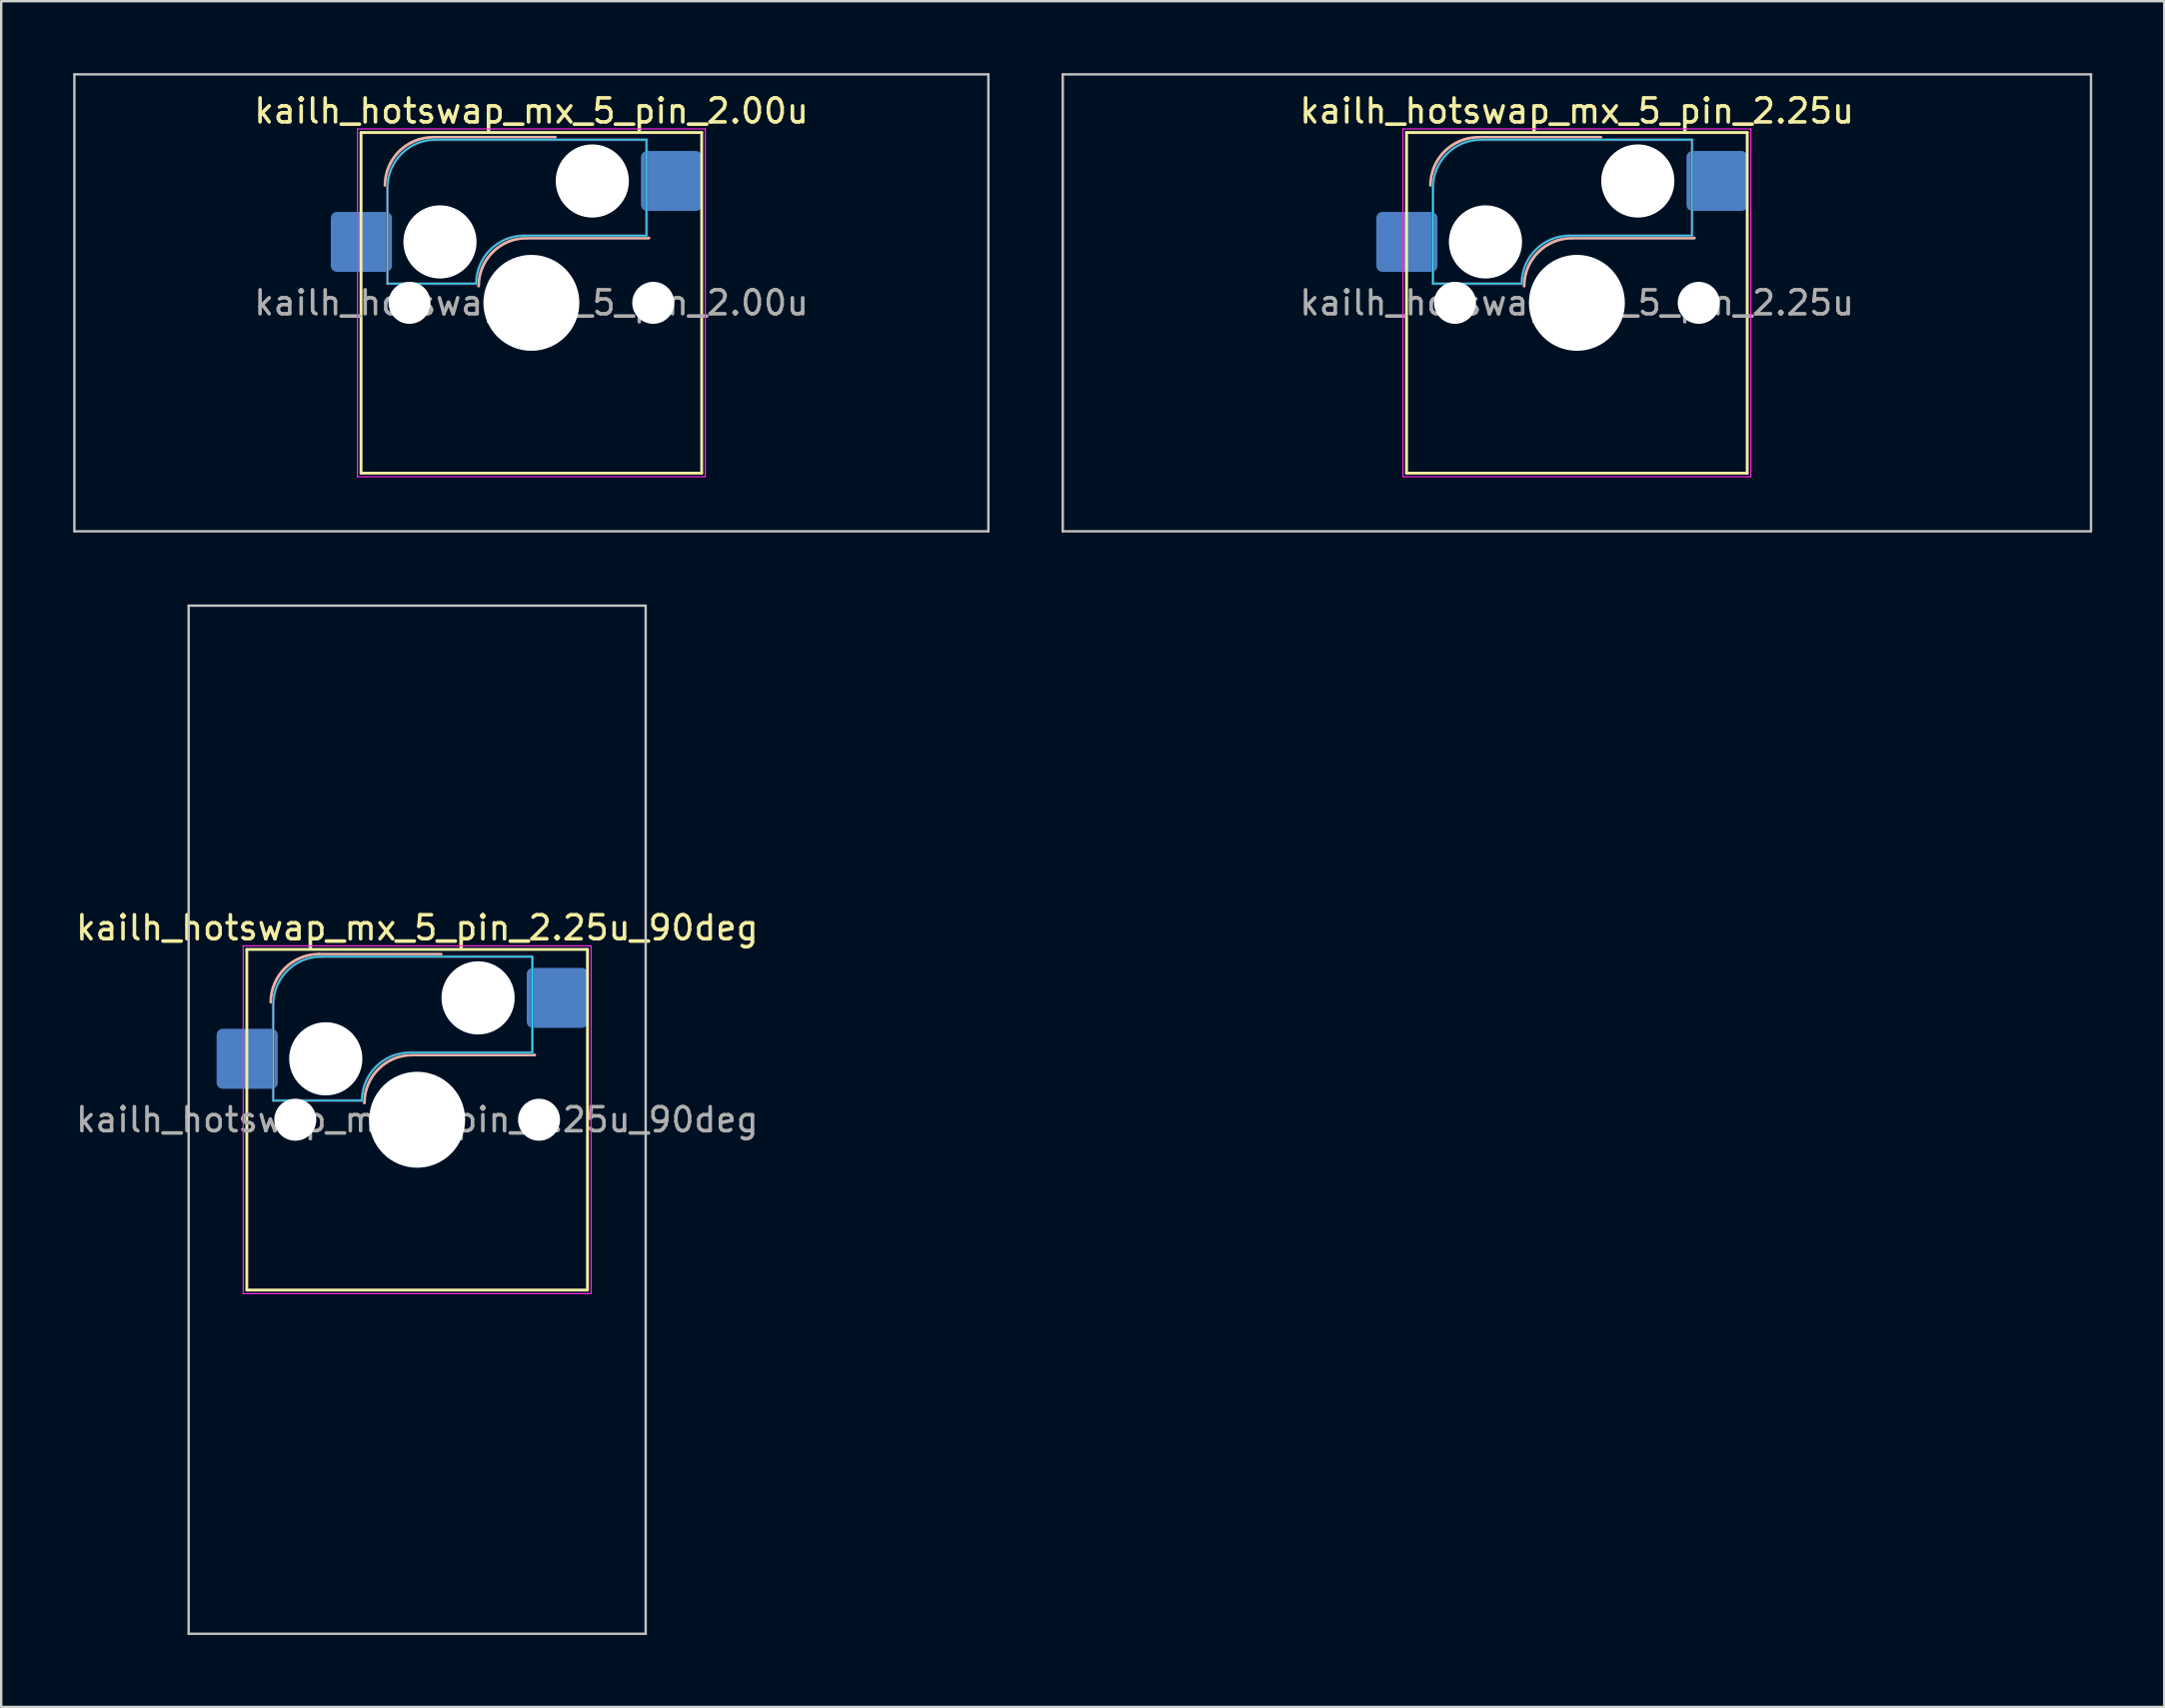
<source format=kicad_pcb>
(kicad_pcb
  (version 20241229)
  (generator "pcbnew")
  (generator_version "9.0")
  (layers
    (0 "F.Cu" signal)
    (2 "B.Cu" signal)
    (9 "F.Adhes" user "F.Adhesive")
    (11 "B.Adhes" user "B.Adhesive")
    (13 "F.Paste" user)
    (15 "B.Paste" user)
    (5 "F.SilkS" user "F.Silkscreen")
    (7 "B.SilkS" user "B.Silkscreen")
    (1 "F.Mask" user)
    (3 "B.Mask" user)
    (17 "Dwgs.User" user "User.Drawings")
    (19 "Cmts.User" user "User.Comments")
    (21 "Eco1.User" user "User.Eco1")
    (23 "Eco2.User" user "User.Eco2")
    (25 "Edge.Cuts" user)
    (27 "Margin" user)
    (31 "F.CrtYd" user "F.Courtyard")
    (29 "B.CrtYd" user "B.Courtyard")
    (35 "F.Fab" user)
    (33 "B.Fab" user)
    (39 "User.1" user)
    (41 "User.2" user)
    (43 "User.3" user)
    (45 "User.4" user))
  (footprint "kailh_hotswap_mx_5_pin_2.00u"
    (layer "F.Cu")
    (at 19.1 9.575)
    (property "Reference" "kailh_hotswap_mx_5_pin_2.00u" (at 0 -8 0) (layer "F.SilkS") (effects (font (size 1 1) (thickness 0.15))))
    (attr smd)
    (fp_line (start -7.1 -7.1) (end -7.1 7.1) (stroke (width 0.12) (type solid)) (layer "F.SilkS"))
    (fp_line (start -7.1 7.1) (end 7.1 7.1) (stroke (width 0.12) (type solid)) (layer "F.SilkS"))
    (fp_line (start 7.1 -7.1) (end -7.1 -7.1) (stroke (width 0.12) (type solid)) (layer "F.SilkS"))
    (fp_line (start 7.1 7.1) (end 7.1 -7.1) (stroke (width 0.12) (type solid)) (layer "F.SilkS"))
    (fp_line (start -4.1 -6.9) (end 1 -6.9) (stroke (width 0.12) (type solid)) (layer "B.SilkS"))
    (fp_line (start -0.2 -2.7) (end 4.9 -2.7) (stroke (width 0.12) (type solid)) (layer "B.SilkS"))
    (fp_arc (start -6.1 -4.9) (mid -5.514214 -6.314214) (end -4.1 -6.9) (stroke (width 0.12) (type solid)) (layer "B.SilkS"))
    (fp_arc (start -2.2 -0.7) (mid -1.614214 -2.114214) (end -0.2 -2.7) (stroke (width 0.12) (type solid)) (layer "B.SilkS"))
    (fp_line (start -19.05 -9.525) (end -19.05 9.525) (stroke (width 0.1) (type solid)) (layer "Dwgs.User"))
    (fp_line (start -19.05 9.525) (end 19.05 9.525) (stroke (width 0.1) (type solid)) (layer "Dwgs.User"))
    (fp_line (start 19.05 -9.525) (end -19.05 -9.525) (stroke (width 0.1) (type solid)) (layer "Dwgs.User"))
    (fp_line (start 19.05 9.525) (end 19.05 -9.525) (stroke (width 0.1) (type solid)) (layer "Dwgs.User"))
    (fp_line (start -6 -0.8) (end -6 -4.8) (stroke (width 0.05) (type solid)) (layer "B.CrtYd"))
    (fp_line (start -6 -0.8) (end -2.3 -0.8) (stroke (width 0.05) (type solid)) (layer "B.CrtYd"))
    (fp_line (start -4 -6.8) (end 4.8 -6.8) (stroke (width 0.05) (type solid)) (layer "B.CrtYd"))
    (fp_line (start -0.3 -2.8) (end 4.8 -2.8) (stroke (width 0.05) (type solid)) (layer "B.CrtYd"))
    (fp_line (start 4.8 -6.8) (end 4.8 -2.8) (stroke (width 0.05) (type solid)) (layer "B.CrtYd"))
    (fp_arc (start -6 -4.8) (mid -5.414214 -6.214214) (end -4 -6.8) (stroke (width 0.05) (type solid)) (layer "B.CrtYd"))
    (fp_arc (start -2.3 -0.8) (mid -1.714214 -2.214214) (end -0.3 -2.8) (stroke (width 0.05) (type solid)) (layer "B.CrtYd"))
    (fp_line (start -7.25 -7.25) (end -7.25 7.25) (stroke (width 0.05) (type solid)) (layer "F.CrtYd"))
    (fp_line (start -7.25 7.25) (end 7.25 7.25) (stroke (width 0.05) (type solid)) (layer "F.CrtYd"))
    (fp_line (start 7.25 -7.25) (end -7.25 -7.25) (stroke (width 0.05) (type solid)) (layer "F.CrtYd"))
    (fp_line (start 7.25 7.25) (end 7.25 -7.25) (stroke (width 0.05) (type solid)) (layer "F.CrtYd"))
    (fp_line (start -6 -0.8) (end -6 -4.8) (stroke (width 0.12) (type solid)) (layer "B.Fab"))
    (fp_line (start -6 -0.8) (end -2.3 -0.8) (stroke (width 0.12) (type solid)) (layer "B.Fab"))
    (fp_line (start -4 -6.8) (end 4.8 -6.8) (stroke (width 0.12) (type solid)) (layer "B.Fab"))
    (fp_line (start -0.3 -2.8) (end 4.8 -2.8) (stroke (width 0.12) (type solid)) (layer "B.Fab"))
    (fp_line (start 4.8 -6.8) (end 4.8 -2.8) (stroke (width 0.12) (type solid)) (layer "B.Fab"))
    (fp_arc (start -6 -4.8) (mid -5.414214 -6.214214) (end -4 -6.8) (stroke (width 0.12) (type solid)) (layer "B.Fab"))
    (fp_arc (start -2.3 -0.8) (mid -1.714214 -2.214214) (end -0.3 -2.8) (stroke (width 0.12) (type solid)) (layer "B.Fab"))
    (fp_text user "${REFERENCE}" (at 0 0 0) (layer "F.Fab") (effects (font (size 1 1) (thickness 0.15))))
    (pad "" np_thru_hole circle (at -5.08 0) (size 1.75 1.75) (drill 1.75) (layers "*.Cu" "*.Mask"))
    (pad "" np_thru_hole circle (at -3.81 -2.54) (size 3.05 3.05) (drill 3.05) (layers "*.Cu" "*.Mask"))
    (pad "" np_thru_hole circle (at 0 0) (size 4 4) (drill 4) (layers "*.Cu" "*.Mask"))
    (pad "" np_thru_hole circle (at 2.54 -5.08) (size 3.05 3.05) (drill 3.05) (layers "*.Cu" "*.Mask"))
    (pad "" np_thru_hole circle (at 5.08 0) (size 1.75 1.75) (drill 1.75) (layers "*.Cu" "*.Mask"))
    (pad "1" smd roundrect (at -7.085 -2.54) (size 2.55 2.5) (layers "B.Cu" "B.Mask" "B.Paste") (roundrect_rratio 0.1))
    (pad "2" smd roundrect (at 5.842 -5.08) (size 2.55 2.5) (layers "B.Cu" "B.Mask" "B.Paste") (roundrect_rratio 0.1)))
  (footprint "kailh_hotswap_mx_5_pin_2.25u"
    (layer "F.Cu")
    (at 62.681 9.575)
    (property "Reference" "kailh_hotswap_mx_5_pin_2.25u" (at 0 -8 0) (layer "F.SilkS") (effects (font (size 1 1) (thickness 0.15))))
    (attr smd)
    (fp_line (start -7.1 -7.1) (end -7.1 7.1) (stroke (width 0.12) (type solid)) (layer "F.SilkS"))
    (fp_line (start -7.1 7.1) (end 7.1 7.1) (stroke (width 0.12) (type solid)) (layer "F.SilkS"))
    (fp_line (start 7.1 -7.1) (end -7.1 -7.1) (stroke (width 0.12) (type solid)) (layer "F.SilkS"))
    (fp_line (start 7.1 7.1) (end 7.1 -7.1) (stroke (width 0.12) (type solid)) (layer "F.SilkS"))
    (fp_line (start -4.1 -6.9) (end 1 -6.9) (stroke (width 0.12) (type solid)) (layer "B.SilkS"))
    (fp_line (start -0.2 -2.7) (end 4.9 -2.7) (stroke (width 0.12) (type solid)) (layer "B.SilkS"))
    (fp_arc (start -6.1 -4.9) (mid -5.514214 -6.314214) (end -4.1 -6.9) (stroke (width 0.12) (type solid)) (layer "B.SilkS"))
    (fp_arc (start -2.2 -0.7) (mid -1.614214 -2.114214) (end -0.2 -2.7) (stroke (width 0.12) (type solid)) (layer "B.SilkS"))
    (fp_line (start -21.431 -9.525) (end -21.431 9.525) (stroke (width 0.1) (type solid)) (layer "Dwgs.User"))
    (fp_line (start -21.431 9.525) (end 21.431 9.525) (stroke (width 0.1) (type solid)) (layer "Dwgs.User"))
    (fp_line (start 21.431 -9.525) (end -21.431 -9.525) (stroke (width 0.1) (type solid)) (layer "Dwgs.User"))
    (fp_line (start 21.431 9.525) (end 21.431 -9.525) (stroke (width 0.1) (type solid)) (layer "Dwgs.User"))
    (fp_line (start -6 -0.8) (end -6 -4.8) (stroke (width 0.05) (type solid)) (layer "B.CrtYd"))
    (fp_line (start -6 -0.8) (end -2.3 -0.8) (stroke (width 0.05) (type solid)) (layer "B.CrtYd"))
    (fp_line (start -4 -6.8) (end 4.8 -6.8) (stroke (width 0.05) (type solid)) (layer "B.CrtYd"))
    (fp_line (start -0.3 -2.8) (end 4.8 -2.8) (stroke (width 0.05) (type solid)) (layer "B.CrtYd"))
    (fp_line (start 4.8 -6.8) (end 4.8 -2.8) (stroke (width 0.05) (type solid)) (layer "B.CrtYd"))
    (fp_arc (start -6 -4.8) (mid -5.414214 -6.214214) (end -4 -6.8) (stroke (width 0.05) (type solid)) (layer "B.CrtYd"))
    (fp_arc (start -2.3 -0.8) (mid -1.714214 -2.214214) (end -0.3 -2.8) (stroke (width 0.05) (type solid)) (layer "B.CrtYd"))
    (fp_line (start -7.25 -7.25) (end -7.25 7.25) (stroke (width 0.05) (type solid)) (layer "F.CrtYd"))
    (fp_line (start -7.25 7.25) (end 7.25 7.25) (stroke (width 0.05) (type solid)) (layer "F.CrtYd"))
    (fp_line (start 7.25 -7.25) (end -7.25 -7.25) (stroke (width 0.05) (type solid)) (layer "F.CrtYd"))
    (fp_line (start 7.25 7.25) (end 7.25 -7.25) (stroke (width 0.05) (type solid)) (layer "F.CrtYd"))
    (fp_line (start -6 -0.8) (end -6 -4.8) (stroke (width 0.12) (type solid)) (layer "B.Fab"))
    (fp_line (start -6 -0.8) (end -2.3 -0.8) (stroke (width 0.12) (type solid)) (layer "B.Fab"))
    (fp_line (start -4 -6.8) (end 4.8 -6.8) (stroke (width 0.12) (type solid)) (layer "B.Fab"))
    (fp_line (start -0.3 -2.8) (end 4.8 -2.8) (stroke (width 0.12) (type solid)) (layer "B.Fab"))
    (fp_line (start 4.8 -6.8) (end 4.8 -2.8) (stroke (width 0.12) (type solid)) (layer "B.Fab"))
    (fp_arc (start -6 -4.8) (mid -5.414214 -6.214214) (end -4 -6.8) (stroke (width 0.12) (type solid)) (layer "B.Fab"))
    (fp_arc (start -2.3 -0.8) (mid -1.714214 -2.214214) (end -0.3 -2.8) (stroke (width 0.12) (type solid)) (layer "B.Fab"))
    (fp_text user "${REFERENCE}" (at 0 0 0) (layer "F.Fab") (effects (font (size 1 1) (thickness 0.15))))
    (pad "" np_thru_hole circle (at -5.08 0) (size 1.75 1.75) (drill 1.75) (layers "*.Cu" "*.Mask"))
    (pad "" np_thru_hole circle (at -3.81 -2.54) (size 3.05 3.05) (drill 3.05) (layers "*.Cu" "*.Mask"))
    (pad "" np_thru_hole circle (at 0 0) (size 4 4) (drill 4) (layers "*.Cu" "*.Mask"))
    (pad "" np_thru_hole circle (at 2.54 -5.08) (size 3.05 3.05) (drill 3.05) (layers "*.Cu" "*.Mask"))
    (pad "" np_thru_hole circle (at 5.08 0) (size 1.75 1.75) (drill 1.75) (layers "*.Cu" "*.Mask"))
    (pad "1" smd roundrect (at -7.085 -2.54) (size 2.55 2.5) (layers "B.Cu" "B.Mask" "B.Paste") (roundrect_rratio 0.1))
    (pad "2" smd roundrect (at 5.842 -5.08) (size 2.55 2.5) (layers "B.Cu" "B.Mask" "B.Paste") (roundrect_rratio 0.1)))
  (footprint "kailh_hotswap_mx_5_pin_2.25u_90deg"
    (layer "F.Cu")
    (at 14.339 43.631)
    (property "Reference" "kailh_hotswap_mx_5_pin_2.25u_90deg" (at 0 -8 0) (layer "F.SilkS") (effects (font (size 1 1) (thickness 0.15))))
    (attr smd)
    (fp_line (start -7.1 -7.1) (end -7.1 7.1) (stroke (width 0.12) (type solid)) (layer "F.SilkS"))
    (fp_line (start -7.1 7.1) (end 7.1 7.1) (stroke (width 0.12) (type solid)) (layer "F.SilkS"))
    (fp_line (start 7.1 -7.1) (end -7.1 -7.1) (stroke (width 0.12) (type solid)) (layer "F.SilkS"))
    (fp_line (start 7.1 7.1) (end 7.1 -7.1) (stroke (width 0.12) (type solid)) (layer "F.SilkS"))
    (fp_line (start -4.1 -6.9) (end 1 -6.9) (stroke (width 0.12) (type solid)) (layer "B.SilkS"))
    (fp_line (start -0.2 -2.7) (end 4.9 -2.7) (stroke (width 0.12) (type solid)) (layer "B.SilkS"))
    (fp_arc (start -6.1 -4.9) (mid -5.514214 -6.314214) (end -4.1 -6.9) (stroke (width 0.12) (type solid)) (layer "B.SilkS"))
    (fp_arc (start -2.2 -0.7) (mid -1.614214 -2.114214) (end -0.2 -2.7) (stroke (width 0.12) (type solid)) (layer "B.SilkS"))
    (fp_line (start -9.525 -21.431) (end 9.525 -21.431) (stroke (width 0.1) (type solid)) (layer "Dwgs.User"))
    (fp_line (start -9.525 21.431) (end -9.525 -21.431) (stroke (width 0.1) (type solid)) (layer "Dwgs.User"))
    (fp_line (start 9.525 -21.431) (end 9.525 21.431) (stroke (width 0.1) (type solid)) (layer "Dwgs.User"))
    (fp_line (start 9.525 21.431) (end -9.525 21.431) (stroke (width 0.1) (type solid)) (layer "Dwgs.User"))
    (fp_line (start -6 -0.8) (end -6 -4.8) (stroke (width 0.05) (type solid)) (layer "B.CrtYd"))
    (fp_line (start -6 -0.8) (end -2.3 -0.8) (stroke (width 0.05) (type solid)) (layer "B.CrtYd"))
    (fp_line (start -4 -6.8) (end 4.8 -6.8) (stroke (width 0.05) (type solid)) (layer "B.CrtYd"))
    (fp_line (start -0.3 -2.8) (end 4.8 -2.8) (stroke (width 0.05) (type solid)) (layer "B.CrtYd"))
    (fp_line (start 4.8 -6.8) (end 4.8 -2.8) (stroke (width 0.05) (type solid)) (layer "B.CrtYd"))
    (fp_arc (start -6 -4.8) (mid -5.414214 -6.214214) (end -4 -6.8) (stroke (width 0.05) (type solid)) (layer "B.CrtYd"))
    (fp_arc (start -2.3 -0.8) (mid -1.714214 -2.214214) (end -0.3 -2.8) (stroke (width 0.05) (type solid)) (layer "B.CrtYd"))
    (fp_line (start -7.25 -7.25) (end -7.25 7.25) (stroke (width 0.05) (type solid)) (layer "F.CrtYd"))
    (fp_line (start -7.25 7.25) (end 7.25 7.25) (stroke (width 0.05) (type solid)) (layer "F.CrtYd"))
    (fp_line (start 7.25 -7.25) (end -7.25 -7.25) (stroke (width 0.05) (type solid)) (layer "F.CrtYd"))
    (fp_line (start 7.25 7.25) (end 7.25 -7.25) (stroke (width 0.05) (type solid)) (layer "F.CrtYd"))
    (fp_line (start -6 -0.8) (end -6 -4.8) (stroke (width 0.12) (type solid)) (layer "B.Fab"))
    (fp_line (start -6 -0.8) (end -2.3 -0.8) (stroke (width 0.12) (type solid)) (layer "B.Fab"))
    (fp_line (start -4 -6.8) (end 4.8 -6.8) (stroke (width 0.12) (type solid)) (layer "B.Fab"))
    (fp_line (start -0.3 -2.8) (end 4.8 -2.8) (stroke (width 0.12) (type solid)) (layer "B.Fab"))
    (fp_line (start 4.8 -6.8) (end 4.8 -2.8) (stroke (width 0.12) (type solid)) (layer "B.Fab"))
    (fp_arc (start -6 -4.8) (mid -5.414214 -6.214214) (end -4 -6.8) (stroke (width 0.12) (type solid)) (layer "B.Fab"))
    (fp_arc (start -2.3 -0.8) (mid -1.714214 -2.214214) (end -0.3 -2.8) (stroke (width 0.12) (type solid)) (layer "B.Fab"))
    (fp_text user "${REFERENCE}" (at 0 0 0) (layer "F.Fab") (effects (font (size 1 1) (thickness 0.15))))
    (pad "" np_thru_hole circle (at -5.08 0) (size 1.75 1.75) (drill 1.75) (layers "*.Cu" "*.Mask"))
    (pad "" np_thru_hole circle (at -3.81 -2.54) (size 3.05 3.05) (drill 3.05) (layers "*.Cu" "*.Mask"))
    (pad "" np_thru_hole circle (at 0 0) (size 4 4) (drill 4) (layers "*.Cu" "*.Mask"))
    (pad "" np_thru_hole circle (at 2.54 -5.08) (size 3.05 3.05) (drill 3.05) (layers "*.Cu" "*.Mask"))
    (pad "" np_thru_hole circle (at 5.08 0) (size 1.75 1.75) (drill 1.75) (layers "*.Cu" "*.Mask"))
    (pad "1" smd roundrect (at -7.085 -2.54) (size 2.55 2.5) (layers "B.Cu" "B.Mask" "B.Paste") (roundrect_rratio 0.1))
    (pad "2" smd roundrect (at 5.842 -5.08) (size 2.55 2.5) (layers "B.Cu" "B.Mask" "B.Paste") (roundrect_rratio 0.1)))
  (gr_rect
    (start -3 -3)
    (end 87.162 68.112)
    (stroke (width 0.1) (type default))
    (fill no)
    (layer "Edge.Cuts")))
</source>
